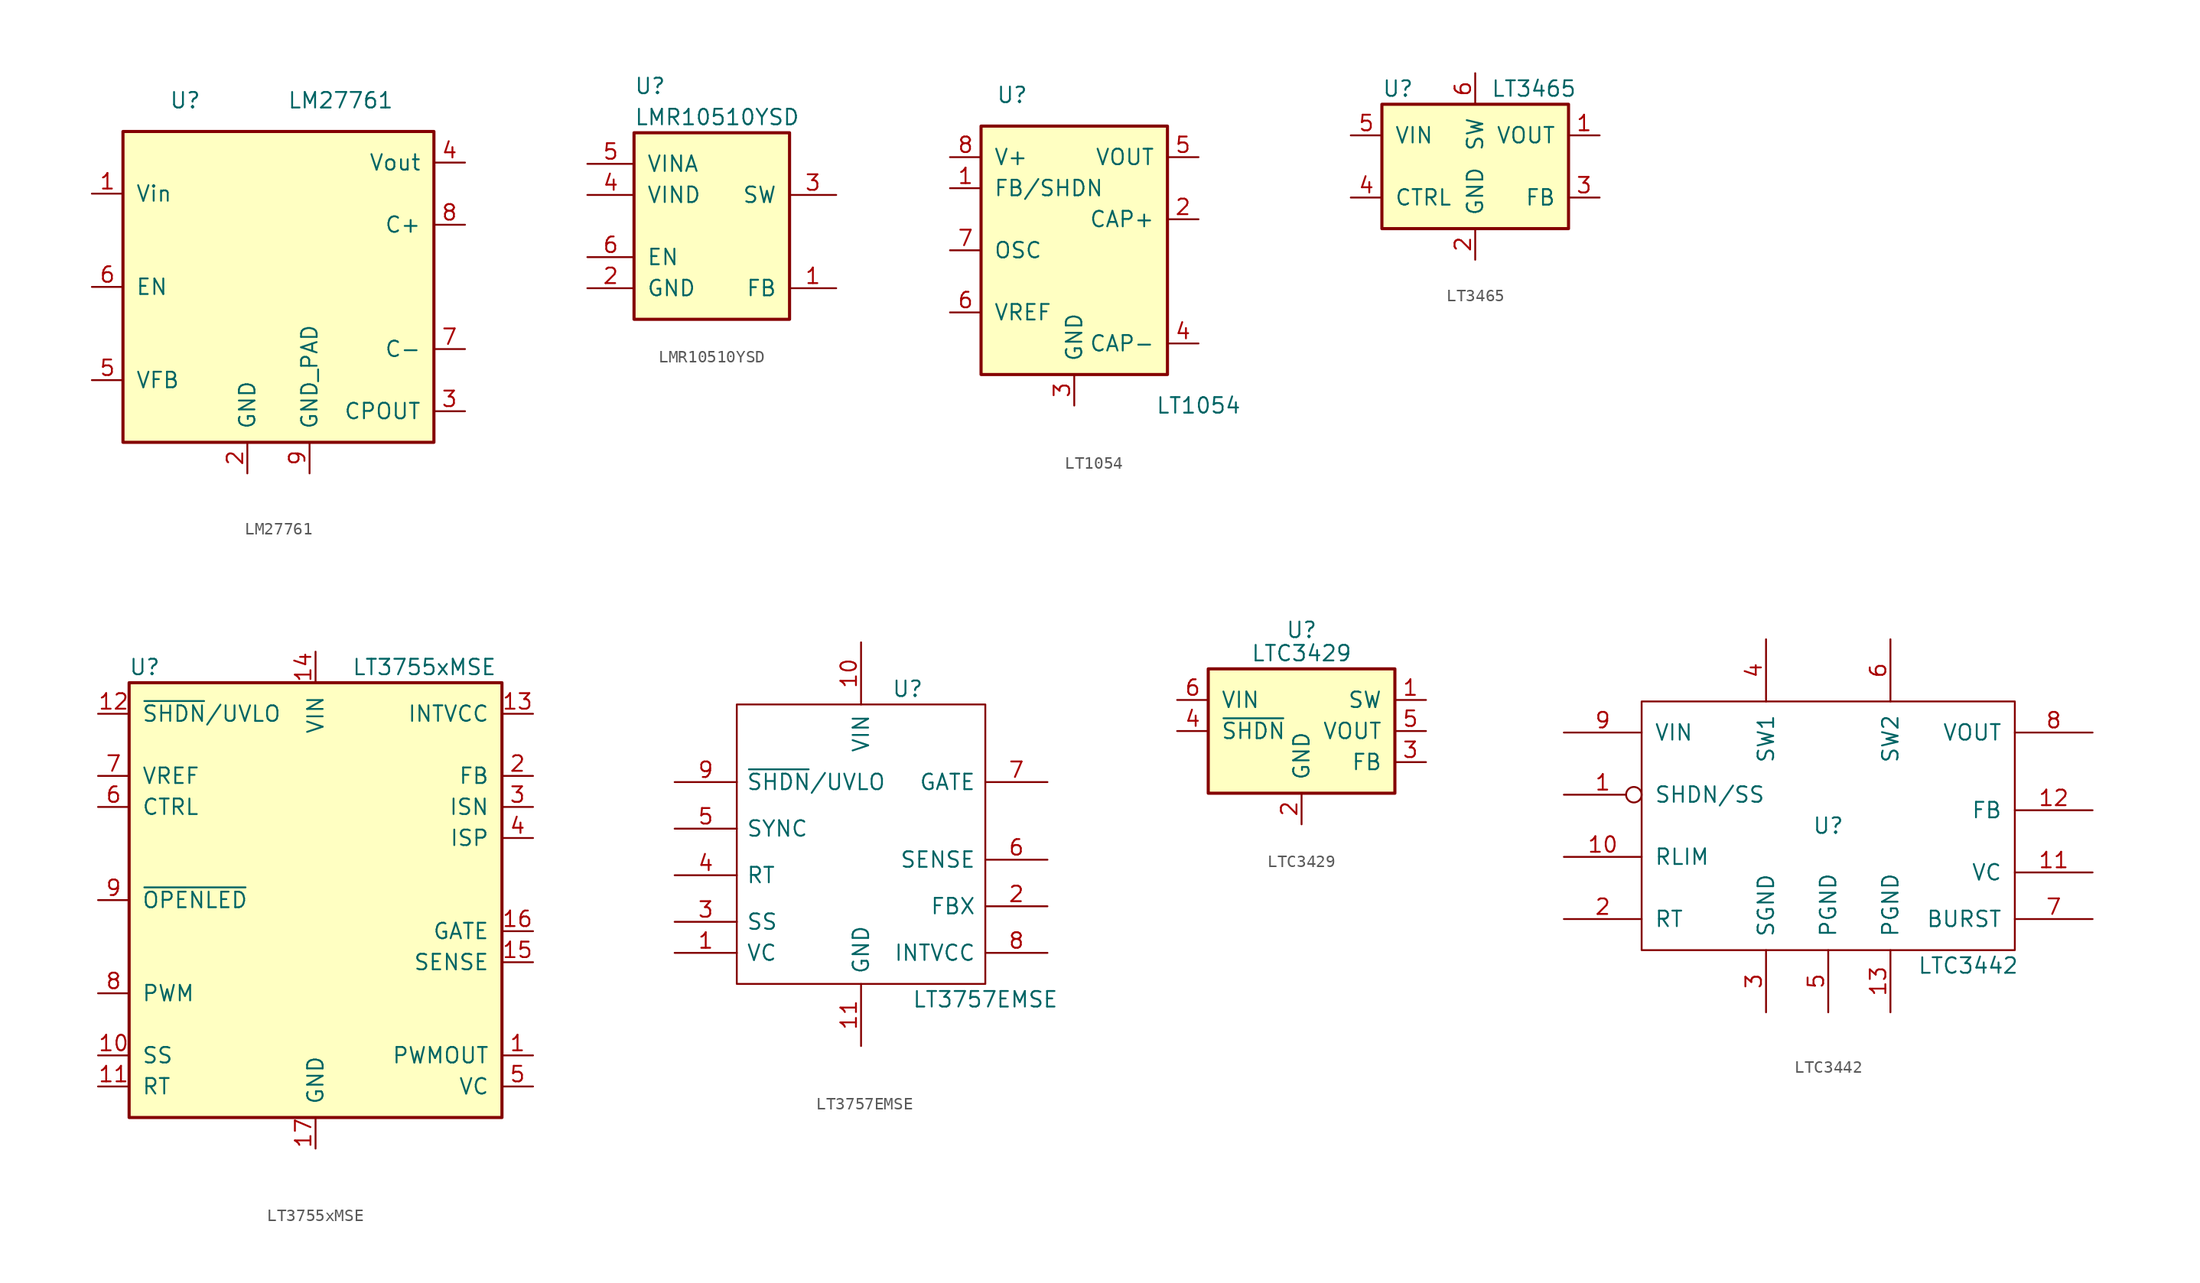
<source format=kicad_sym>
(kicad_symbol_lib
  (version 20211014)
  (generator kicad_symbol_editor)
  (symbol "LM27761"
    (pin_names
      (offset 1.016))
    (property "Reference" "U"
      (at -7.62 15.24 0)
      (effects (font (size 1.27 1.27))))
    (property "Value" "LM27761"
      (at 5.08 15.24 0)
      (effects (font (size 1.27 1.27))))
    (symbol "LM27761_0_1"
      (rectangle (start -12.7 12.7) (end 12.7 -12.7) (stroke (width 0.254) (type default) (color 0 0 0 0)) (fill (type background))))
    (symbol "LM27761_1_1"
      (pin power_in line (at -15.24 7.62 0) (length 2.54) (name "Vin" (effects (font (size 1.27 1.27)))) (number "1" (effects (font (size 1.27 1.27)))))
      (pin power_in line (at -2.54 -15.24 90) (length 2.54) (name "GND" (effects (font (size 1.27 1.27)))) (number "2" (effects (font (size 1.27 1.27)))))
      (pin power_out line (at 15.24 -10.16 180) (length 2.54) (name "CPOUT" (effects (font (size 1.27 1.27)))) (number "3" (effects (font (size 1.27 1.27)))))
      (pin power_out line (at 15.24 10.16 180) (length 2.54) (name "Vout" (effects (font (size 1.27 1.27)))) (number "4" (effects (font (size 1.27 1.27)))))
      (pin input line (at -15.24 -7.62 0) (length 2.54) (name "VFB" (effects (font (size 1.27 1.27)))) (number "5" (effects (font (size 1.27 1.27)))))
      (pin input line (at -15.24 0 0) (length 2.54) (name "EN" (effects (font (size 1.27 1.27)))) (number "6" (effects (font (size 1.27 1.27)))))
      (pin input line (at 15.24 -5.08 180) (length 2.54) (name "C-" (effects (font (size 1.27 1.27)))) (number "7" (effects (font (size 1.27 1.27)))))
      (pin input line (at 15.24 5.08 180) (length 2.54) (name "C+" (effects (font (size 1.27 1.27)))) (number "8" (effects (font (size 1.27 1.27)))))
      (pin power_in line (at 2.54 -15.24 90) (length 2.54) (name "GND_PAD" (effects (font (size 1.27 1.27)))) (number "9" (effects (font (size 1.27 1.27)))))))
  (symbol "LMR10510YSD"
    (pin_names
      (offset 1.016))
    (property "Reference" "U"
      (at -6.35 11.43 0)
      (effects (font (size 1.27 1.27)) (justify left)))
    (property "Value" "LMR10510YSD"
      (at -6.35 8.89 0)
      (effects (font (size 1.27 1.27)) (justify left)))
    (symbol "LMR10510YSD_0_1"
      (rectangle (start -6.35 7.62) (end 6.35 -7.62) (stroke (width 0.254) (type default) (color 0 0 0 0)) (fill (type background))))
    (symbol "LMR10510YSD_1_1"
      (pin input line (at 10.16 -5.08 180) (length 3.81) (name "FB" (effects (font (size 1.27 1.27)))) (number "1" (effects (font (size 1.27 1.27)))))
      (pin power_in line (at -10.16 -5.08 0) (length 3.81) (name "GND" (effects (font (size 1.27 1.27)))) (number "2" (effects (font (size 1.27 1.27)))))
      (pin output line (at 10.16 2.54 180) (length 3.81) (name "SW" (effects (font (size 1.27 1.27)))) (number "3" (effects (font (size 1.27 1.27)))))
      (pin power_in line (at -10.16 2.54 0) (length 3.81) (name "VIND" (effects (font (size 1.27 1.27)))) (number "4" (effects (font (size 1.27 1.27)))))
      (pin input line (at -10.16 5.08 0) (length 3.81) (name "VINA" (effects (font (size 1.27 1.27)))) (number "5" (effects (font (size 1.27 1.27)))))
      (pin input line (at -10.16 -2.54 0) (length 3.81) (name "EN" (effects (font (size 1.27 1.27)))) (number "6" (effects (font (size 1.27 1.27)))))))
  (symbol "LT1054"
    (pin_names
      (offset 1.016))
    (property "Reference" "U"
      (at -5.08 12.7 0)
      (effects (font (size 1.27 1.27))))
    (property "Value" "LT1054"
      (at 10.16 -12.7 0)
      (effects (font (size 1.27 1.27))))
    (symbol "LT1054_0_1"
      (rectangle (start -7.62 10.16) (end 7.62 -10.16) (stroke (width 0.254) (type default) (color 0 0 0 0)) (fill (type background))))
    (symbol "LT1054_1_1"
      (pin input line (at -10.16 5.08 0) (length 2.54) (name "FB/SHDN" (effects (font (size 1.27 1.27)))) (number "1" (effects (font (size 1.27 1.27)))))
      (pin input line (at 10.16 2.54 180) (length 2.54) (name "CAP+" (effects (font (size 1.27 1.27)))) (number "2" (effects (font (size 1.27 1.27)))))
      (pin power_in line (at 0 -12.7 90) (length 2.54) (name "GND" (effects (font (size 1.27 1.27)))) (number "3" (effects (font (size 1.27 1.27)))))
      (pin input line (at 10.16 -7.62 180) (length 2.54) (name "CAP-" (effects (font (size 1.27 1.27)))) (number "4" (effects (font (size 1.27 1.27)))))
      (pin power_out line (at 10.16 7.62 180) (length 2.54) (name "VOUT" (effects (font (size 1.27 1.27)))) (number "5" (effects (font (size 1.27 1.27)))))
      (pin output line (at -10.16 -5.08 0) (length 2.54) (name "VREF" (effects (font (size 1.27 1.27)))) (number "6" (effects (font (size 1.27 1.27)))))
      (pin input line (at -10.16 0 0) (length 2.54) (name "OSC" (effects (font (size 1.27 1.27)))) (number "7" (effects (font (size 1.27 1.27)))))
      (pin power_in line (at -10.16 7.62 0) (length 2.54) (name "V+" (effects (font (size 1.27 1.27)))) (number "8" (effects (font (size 1.27 1.27)))))))
  (symbol "LT3465"
    (pin_names
      (offset 1.016))
    (property "Reference" "U"
      (at -7.62 6.35 0)
      (effects (font (size 1.27 1.27)) (justify left)))
    (property "Value" "LT3465"
      (at 1.27 6.35 0)
      (effects (font (size 1.27 1.27)) (justify left)))
    (symbol "LT3465_0_1"
      (rectangle (start -7.62 5.08) (end 7.62 -5.08) (stroke (width 0.254) (type default) (color 0 0 0 0)) (fill (type background))))
    (symbol "LT3465_1_1"
      (pin power_out line (at 10.16 2.54 180) (length 2.54) (name "VOUT" (effects (font (size 1.27 1.27)))) (number "1" (effects (font (size 1.27 1.27)))))
      (pin power_in line (at 0 -7.62 90) (length 2.54) (name "GND" (effects (font (size 1.27 1.27)))) (number "2" (effects (font (size 1.27 1.27)))))
      (pin input line (at 10.16 -2.54 180) (length 2.54) (name "FB" (effects (font (size 1.27 1.27)))) (number "3" (effects (font (size 1.27 1.27)))))
      (pin input line (at -10.16 -2.54 0) (length 2.54) (name "CTRL" (effects (font (size 1.27 1.27)))) (number "4" (effects (font (size 1.27 1.27)))))
      (pin power_in line (at -10.16 2.54 0) (length 2.54) (name "VIN" (effects (font (size 1.27 1.27)))) (number "5" (effects (font (size 1.27 1.27)))))
      (pin output line (at 0 7.62 270) (length 2.54) (name "SW" (effects (font (size 1.27 1.27)))) (number "6" (effects (font (size 1.27 1.27)))))))
  (symbol "LT3755xMSE"
    (pin_names
      (offset 1.016))
    (property "Reference" "U"
      (at -13.97 19.05 0)
      (effects (font (size 1.27 1.27))))
    (property "Value" "LT3755xMSE"
      (at 8.89 19.05 0)
      (effects (font (size 1.27 1.27))))
    (symbol "LT3755xMSE_0_1"
      (rectangle (start -15.24 -17.78) (end 15.24 17.78) (stroke (width 0.254) (type default) (color 0 0 0 0)) (fill (type background))))
    (symbol "LT3755xMSE_1_1"
      (pin output line (at 17.78 -12.7 180) (length 2.54) (name "PWMOUT" (effects (font (size 1.27 1.27)))) (number "1" (effects (font (size 1.27 1.27)))))
      (pin input line (at -17.78 -12.7 0) (length 2.54) (name "SS" (effects (font (size 1.27 1.27)))) (number "10" (effects (font (size 1.27 1.27)))))
      (pin input line (at -17.78 -15.24 0) (length 2.54) (name "RT" (effects (font (size 1.27 1.27)))) (number "11" (effects (font (size 1.27 1.27)))))
      (pin input line (at -17.78 15.24 0) (length 2.54) (name "~{SHDN}/UVLO" (effects (font (size 1.27 1.27)))) (number "12" (effects (font (size 1.27 1.27)))))
      (pin power_out line (at 17.78 15.24 180) (length 2.54) (name "INTVCC" (effects (font (size 1.27 1.27)))) (number "13" (effects (font (size 1.27 1.27)))))
      (pin power_in line (at 0 20.32 270) (length 2.54) (name "VIN" (effects (font (size 1.27 1.27)))) (number "14" (effects (font (size 1.27 1.27)))))
      (pin input line (at 17.78 -5.08 180) (length 2.54) (name "SENSE" (effects (font (size 1.27 1.27)))) (number "15" (effects (font (size 1.27 1.27)))))
      (pin output line (at 17.78 -2.54 180) (length 2.54) (name "GATE" (effects (font (size 1.27 1.27)))) (number "16" (effects (font (size 1.27 1.27)))))
      (pin power_in line (at 0 -20.32 90) (length 2.54) (name "GND" (effects (font (size 1.27 1.27)))) (number "17" (effects (font (size 1.27 1.27)))))
      (pin input line (at 17.78 10.16 180) (length 2.54) (name "FB" (effects (font (size 1.27 1.27)))) (number "2" (effects (font (size 1.27 1.27)))))
      (pin input line (at 17.78 7.62 180) (length 2.54) (name "ISN" (effects (font (size 1.27 1.27)))) (number "3" (effects (font (size 1.27 1.27)))))
      (pin input line (at 17.78 5.08 180) (length 2.54) (name "ISP" (effects (font (size 1.27 1.27)))) (number "4" (effects (font (size 1.27 1.27)))))
      (pin output line (at 17.78 -15.24 180) (length 2.54) (name "VC" (effects (font (size 1.27 1.27)))) (number "5" (effects (font (size 1.27 1.27)))))
      (pin input line (at -17.78 7.62 0) (length 2.54) (name "CTRL" (effects (font (size 1.27 1.27)))) (number "6" (effects (font (size 1.27 1.27)))))
      (pin output line (at -17.78 10.16 0) (length 2.54) (name "VREF" (effects (font (size 1.27 1.27)))) (number "7" (effects (font (size 1.27 1.27)))))
      (pin input line (at -17.78 -7.62 0) (length 2.54) (name "PWM" (effects (font (size 1.27 1.27)))) (number "8" (effects (font (size 1.27 1.27)))))
      (pin open_collector line (at -17.78 0 0) (length 2.54) (name "~{OPENLED}" (effects (font (size 1.27 1.27)))) (number "9" (effects (font (size 1.27 1.27)))))))
  (symbol "LT3757EMSE"
    (pin_names
      (offset 0.762))
    (property "Reference" "U"
      (at 3.81 12.7 0)
      (effects (font (size 1.27 1.27))))
    (property "Value" "LT3757EMSE"
      (at 10.16 -12.7 0)
      (effects (font (size 1.27 1.27))))
    (symbol "LT3757EMSE_0_1"
      (rectangle (start -10.16 11.43) (end 10.16 -11.43) (stroke (width 0) (type default) (color 0 0 0 0)) (fill (type none))))
    (symbol "LT3757EMSE_1_1"
      (pin input line (at -15.24 -8.89 0) (length 5.08) (name "VC" (effects (font (size 1.27 1.27)))) (number "1" (effects (font (size 1.27 1.27)))))
      (pin input line (at 0 16.51 270) (length 5.08) (name "VIN" (effects (font (size 1.27 1.27)))) (number "10" (effects (font (size 1.27 1.27)))))
      (pin power_in line (at 0 -16.51 90) (length 5.08) (name "GND" (effects (font (size 1.27 1.27)))) (number "11" (effects (font (size 1.27 1.27)))))
      (pin input line (at 15.24 -5.08 180) (length 5.08) (name "FBX" (effects (font (size 1.27 1.27)))) (number "2" (effects (font (size 1.27 1.27)))))
      (pin input line (at -15.24 -6.35 0) (length 5.08) (name "SS" (effects (font (size 1.27 1.27)))) (number "3" (effects (font (size 1.27 1.27)))))
      (pin input line (at -15.24 -2.54 0) (length 5.08) (name "RT" (effects (font (size 1.27 1.27)))) (number "4" (effects (font (size 1.27 1.27)))))
      (pin input line (at -15.24 1.27 0) (length 5.08) (name "SYNC" (effects (font (size 1.27 1.27)))) (number "5" (effects (font (size 1.27 1.27)))))
      (pin input line (at 15.24 -1.27 180) (length 5.08) (name "SENSE" (effects (font (size 1.27 1.27)))) (number "6" (effects (font (size 1.27 1.27)))))
      (pin output line (at 15.24 5.08 180) (length 5.08) (name "GATE" (effects (font (size 1.27 1.27)))) (number "7" (effects (font (size 1.27 1.27)))))
      (pin output line (at 15.24 -8.89 180) (length 5.08) (name "INTVCC" (effects (font (size 1.27 1.27)))) (number "8" (effects (font (size 1.27 1.27)))))
      (pin input line (at -15.24 5.08 0) (length 5.08) (name "~{SHDN}/UVLO" (effects (font (size 1.27 1.27)))) (number "9" (effects (font (size 1.27 1.27)))))))
  (symbol "LTC3429"
    (pin_names
      (offset 1.016))
    (property "Reference" "U"
      (at 0 8.255 0)
      (effects (font (size 1.27 1.27))))
    (property "Value" "LTC3429"
      (at 0 6.35 0)
      (effects (font (size 1.27 1.27))))
    (symbol "LTC3429_0_1"
      (rectangle (start -7.62 5.08) (end 7.62 -5.08) (stroke (width 0.254) (type default) (color 0 0 0 0)) (fill (type background))))
    (symbol "LTC3429_1_1"
      (pin input line (at 10.16 2.54 180) (length 2.54) (name "SW" (effects (font (size 1.27 1.27)))) (number "1" (effects (font (size 1.27 1.27)))))
      (pin power_in line (at 0 -7.62 90) (length 2.54) (name "GND" (effects (font (size 1.27 1.27)))) (number "2" (effects (font (size 1.27 1.27)))))
      (pin input line (at 10.16 -2.54 180) (length 2.54) (name "FB" (effects (font (size 1.27 1.27)))) (number "3" (effects (font (size 1.27 1.27)))))
      (pin input line (at -10.16 0 0) (length 2.54) (name "~{SHDN}" (effects (font (size 1.27 1.27)))) (number "4" (effects (font (size 1.27 1.27)))))
      (pin power_out line (at 10.16 0 180) (length 2.54) (name "VOUT" (effects (font (size 1.27 1.27)))) (number "5" (effects (font (size 1.27 1.27)))))
      (pin power_in line (at -10.16 2.54 0) (length 2.54) (name "VIN" (effects (font (size 1.27 1.27)))) (number "6" (effects (font (size 1.27 1.27)))))))
  (symbol "LTC3442"
    (pin_names
      (offset 1.016))
    (property "Reference" "U"
      (at 0 0 0)
      (effects (font (size 1.27 1.27))))
    (property "Value" "LTC3442"
      (at 11.43 -11.43 0)
      (effects (font (size 1.27 1.27))))
    (symbol "LTC3442_0_1"
      (rectangle (start -15.24 10.16) (end 15.24 -10.16) (stroke (width 0) (type default) (color 0 0 0 0)) (fill (type none))))
    (symbol "LTC3442_1_1"
      (pin input inverted (at -21.59 2.54 0) (length 6.35) (name "SHDN/SS" (effects (font (size 1.27 1.27)))) (number "1" (effects (font (size 1.27 1.27)))))
      (pin input line (at -21.59 -2.54 0) (length 6.35) (name "RLIM" (effects (font (size 1.27 1.27)))) (number "10" (effects (font (size 1.27 1.27)))))
      (pin input line (at 21.59 -3.81 180) (length 6.35) (name "VC" (effects (font (size 1.27 1.27)))) (number "11" (effects (font (size 1.27 1.27)))))
      (pin input line (at 21.59 1.27 180) (length 6.35) (name "FB" (effects (font (size 1.27 1.27)))) (number "12" (effects (font (size 1.27 1.27)))))
      (pin power_in line (at 5.08 -15.24 90) (length 5.08) (name "PGND" (effects (font (size 1.27 1.27)))) (number "13" (effects (font (size 1.27 1.27)))))
      (pin input line (at -21.59 -7.62 0) (length 6.35) (name "RT" (effects (font (size 1.27 1.27)))) (number "2" (effects (font (size 1.27 1.27)))))
      (pin power_in line (at -5.08 -15.24 90) (length 5.08) (name "SGND" (effects (font (size 1.27 1.27)))) (number "3" (effects (font (size 1.27 1.27)))))
      (pin bidirectional line (at -5.08 15.24 270) (length 5.08) (name "SW1" (effects (font (size 1.27 1.27)))) (number "4" (effects (font (size 1.27 1.27)))))
      (pin power_in line (at 0 -15.24 90) (length 5.08) (name "PGND" (effects (font (size 1.27 1.27)))) (number "5" (effects (font (size 1.27 1.27)))))
      (pin bidirectional line (at 5.08 15.24 270) (length 5.08) (name "SW2" (effects (font (size 1.27 1.27)))) (number "6" (effects (font (size 1.27 1.27)))))
      (pin input line (at 21.59 -7.62 180) (length 6.35) (name "BURST" (effects (font (size 1.27 1.27)))) (number "7" (effects (font (size 1.27 1.27)))))
      (pin power_out line (at 21.59 7.62 180) (length 6.35) (name "VOUT" (effects (font (size 1.27 1.27)))) (number "8" (effects (font (size 1.27 1.27)))))
      (pin power_in line (at -21.59 7.62 0) (length 6.35) (name "VIN" (effects (font (size 1.27 1.27)))) (number "9" (effects (font (size 1.27 1.27))))))))
</source>
